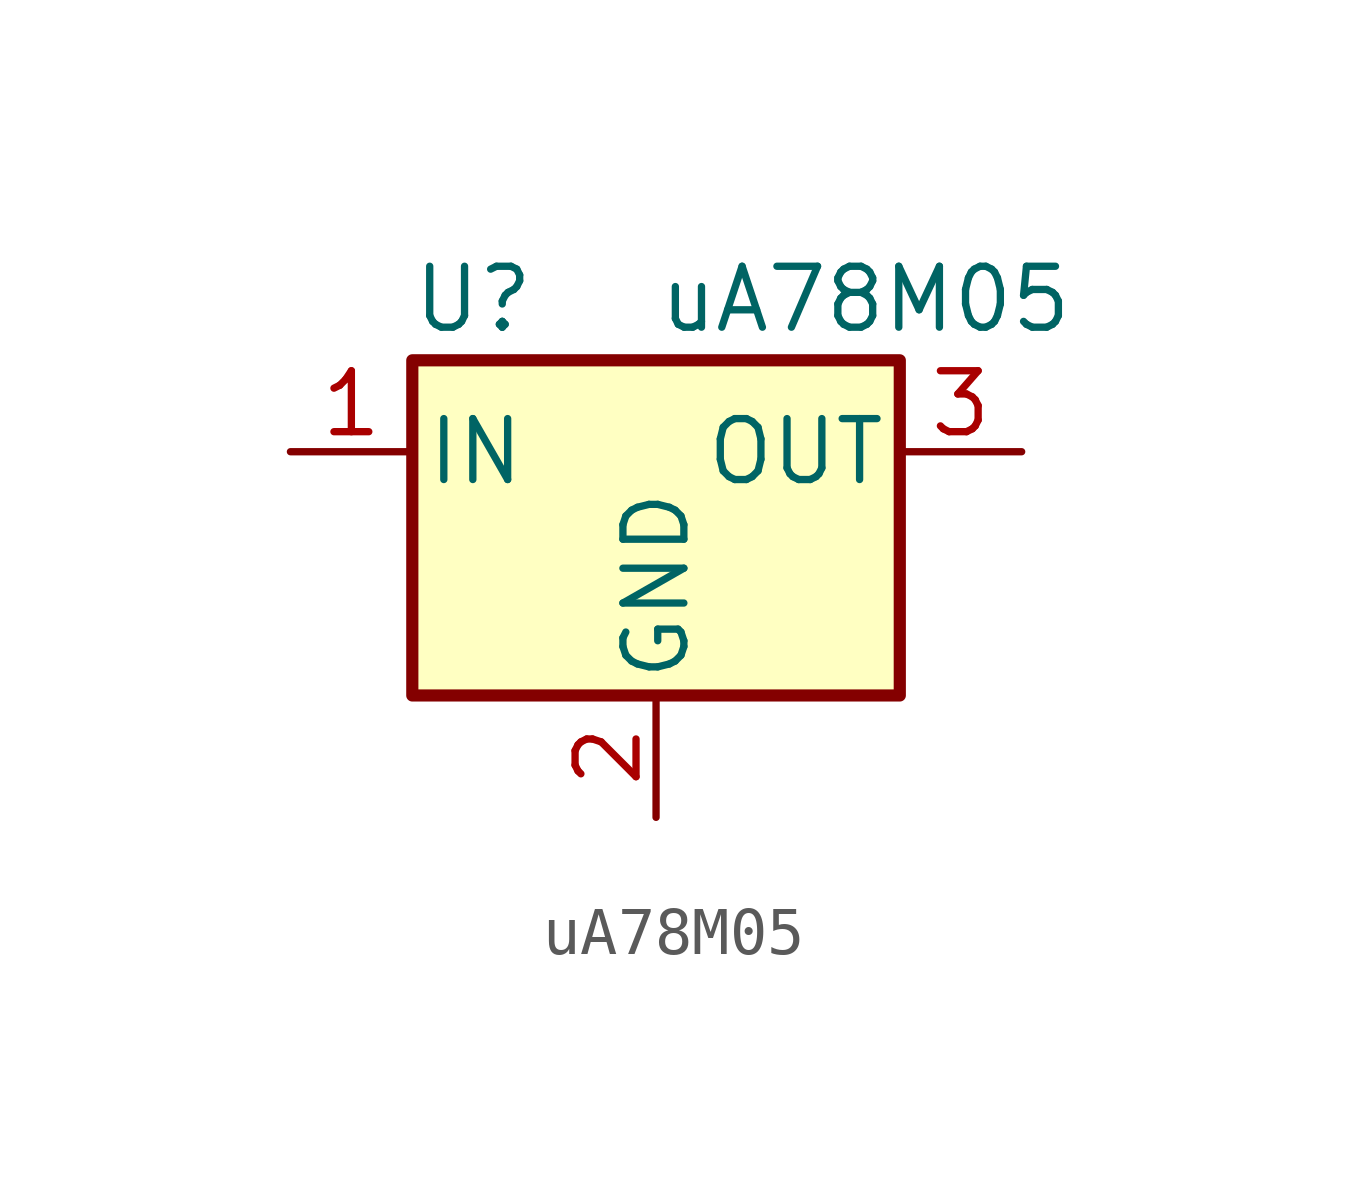
<source format=kicad_sym>
(kicad_symbol_lib
  (version 20211014)
  (generator kicad_symbol_editor)
  (symbol "uA78M05"
    (pin_names
      (offset 0.254))
    (property "Reference" "U"
      (at -3.81 3.175 0)
      (effects (font (size 1.27 1.27))))
    (property "Value" "uA78M05"
      (at 0 3.175 0)
      (effects (font (size 1.27 1.27)) (justify left)))
    (symbol "uA78M05_0_1"
      (rectangle (start -5.08 1.905) (end 5.08 -5.08) (stroke (width 0.254) (type default) (color 0 0 0 0)) (fill (type background))))
    (symbol "uA78M05_1_1"
      (pin power_in line (at -7.62 0 0) (length 2.54) (name "IN" (effects (font (size 1.27 1.27)))) (number "1" (effects (font (size 1.27 1.27)))))
      (pin power_in line (at 0 -7.62 90) (length 2.54) (name "GND" (effects (font (size 1.27 1.27)))) (number "2" (effects (font (size 1.27 1.27)))))
      (pin power_out line (at 7.62 0 180) (length 2.54) (name "OUT" (effects (font (size 1.27 1.27)))) (number "3" (effects (font (size 1.27 1.27))))))))
</source>
